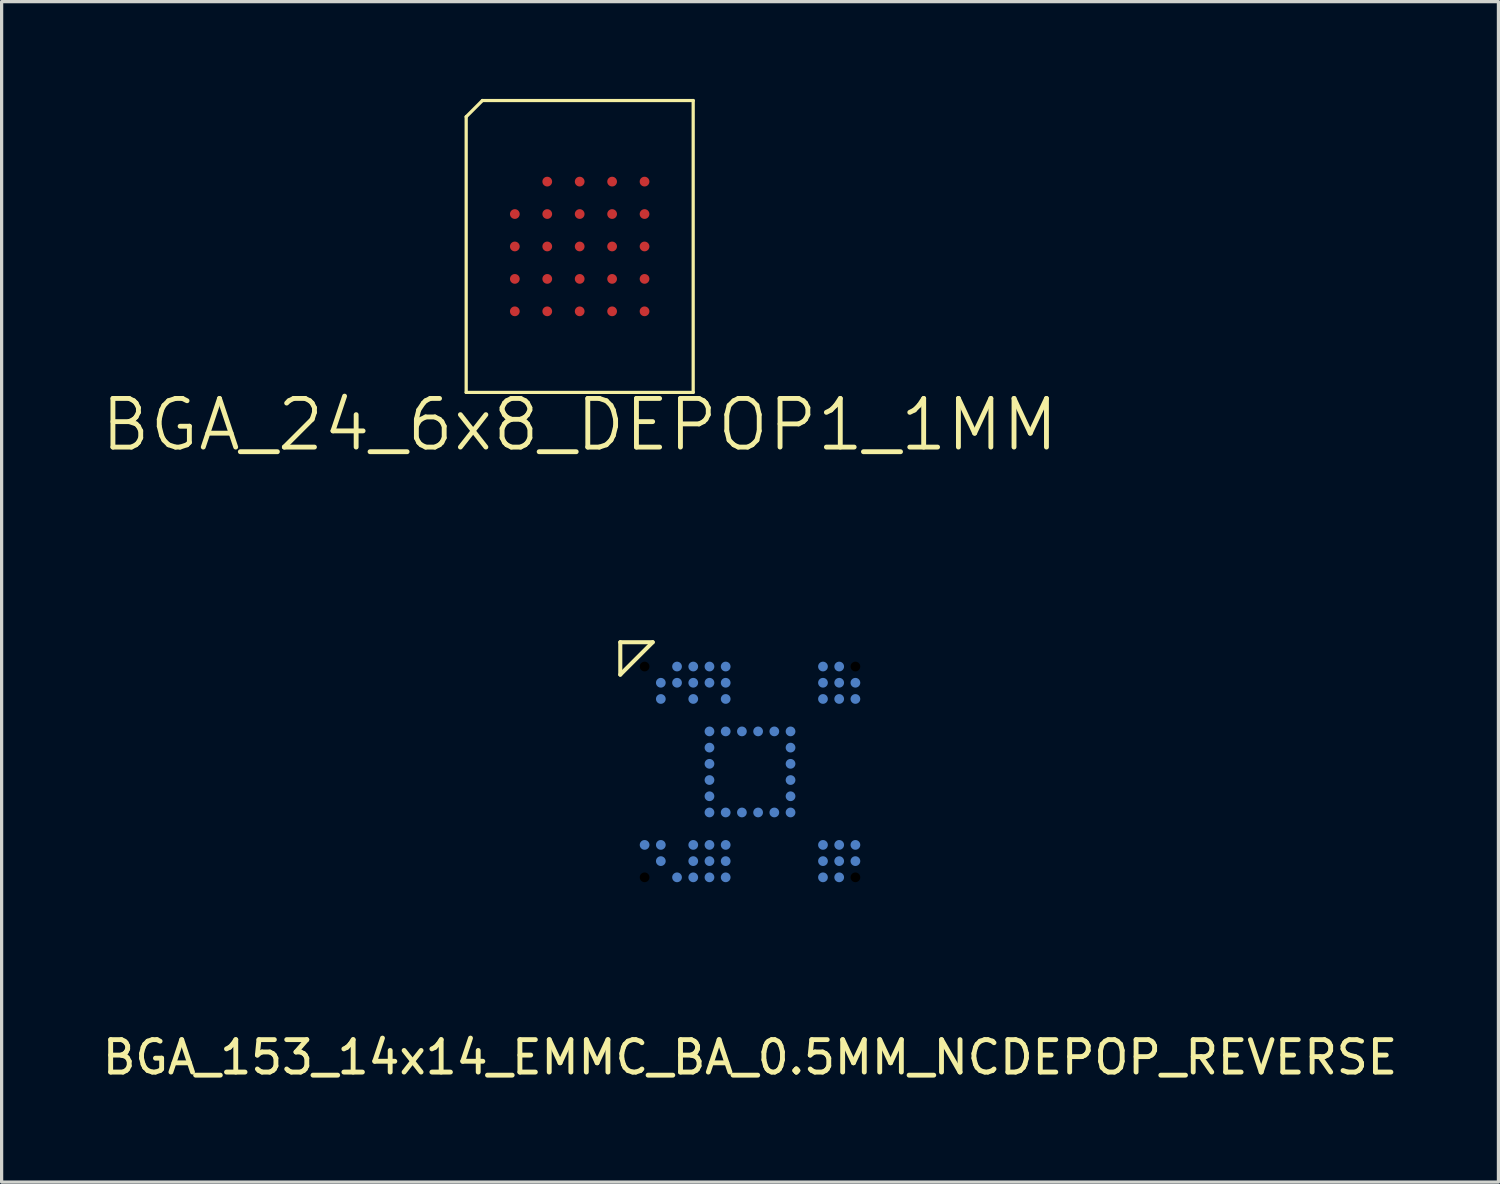
<source format=kicad_pcb>
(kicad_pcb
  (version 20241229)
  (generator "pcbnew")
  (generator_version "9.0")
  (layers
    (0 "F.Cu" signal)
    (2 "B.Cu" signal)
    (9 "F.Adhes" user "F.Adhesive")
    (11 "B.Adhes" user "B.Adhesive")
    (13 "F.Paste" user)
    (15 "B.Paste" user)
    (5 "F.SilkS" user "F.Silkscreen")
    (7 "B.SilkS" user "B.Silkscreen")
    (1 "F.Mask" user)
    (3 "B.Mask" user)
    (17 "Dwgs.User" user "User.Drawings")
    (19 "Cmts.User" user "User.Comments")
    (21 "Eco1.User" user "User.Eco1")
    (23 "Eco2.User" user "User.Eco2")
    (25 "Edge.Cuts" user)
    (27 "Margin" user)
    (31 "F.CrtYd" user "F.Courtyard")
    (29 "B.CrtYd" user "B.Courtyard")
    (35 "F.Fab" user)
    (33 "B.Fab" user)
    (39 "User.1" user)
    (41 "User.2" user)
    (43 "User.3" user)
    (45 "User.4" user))
  (footprint "BGA_24_6x8_DEPOP1_1MM"
    (layer "F.Cu")
    (at 14.825 4.55)
    (property "Reference" "BGA_24_6x8_DEPOP1_1MM" (at 0 5.5 0) (layer "F.SilkS") (effects (font (size 1.5 1.5) (thickness 0.15))))
    (attr smd)
    (fp_line (start -3.5 -4) (end -3 -4.5) (stroke (width 0.1) (type solid)) (layer "F.SilkS"))
    (fp_line (start -3.5 4.5) (end -3.5 -4) (stroke (width 0.1) (type solid)) (layer "F.SilkS"))
    (fp_line (start -3 -4.5) (end 3.5 -4.5) (stroke (width 0.1) (type solid)) (layer "F.SilkS"))
    (fp_line (start 3.5 -4.5) (end 3.5 4.5) (stroke (width 0.1) (type solid)) (layer "F.SilkS"))
    (fp_line (start 3.5 4.5) (end -3.5 4.5) (stroke (width 0.1) (type solid)) (layer "F.SilkS"))
    (pad "A2" smd circle (at -1 -2) (size 0.3 0.3) (layers "F.Cu" "F.Mask" "F.Paste"))
    (pad "A3" smd circle (at 0 -2) (size 0.3 0.3) (layers "F.Cu" "F.Mask" "F.Paste"))
    (pad "A4" smd circle (at 1 -2) (size 0.3 0.3) (layers "F.Cu" "F.Mask" "F.Paste"))
    (pad "A5" smd circle (at 2 -2) (size 0.3 0.3) (layers "F.Cu" "F.Mask" "F.Paste"))
    (pad "B1" smd circle (at -2 -1) (size 0.3 0.3) (layers "F.Cu" "F.Mask" "F.Paste"))
    (pad "B2" smd circle (at -1 -1) (size 0.3 0.3) (layers "F.Cu" "F.Mask" "F.Paste"))
    (pad "B3" smd circle (at 0 -1) (size 0.3 0.3) (layers "F.Cu" "F.Mask" "F.Paste"))
    (pad "B4" smd circle (at 1 -1) (size 0.3 0.3) (layers "F.Cu" "F.Mask" "F.Paste"))
    (pad "B5" smd circle (at 2 -1) (size 0.3 0.3) (layers "F.Cu" "F.Mask" "F.Paste"))
    (pad "C1" smd circle (at -2 0) (size 0.3 0.3) (layers "F.Cu" "F.Mask" "F.Paste"))
    (pad "C2" smd circle (at -1 0) (size 0.3 0.3) (layers "F.Cu" "F.Mask" "F.Paste"))
    (pad "C3" smd circle (at 0 0) (size 0.3 0.3) (layers "F.Cu" "F.Mask" "F.Paste"))
    (pad "C4" smd circle (at 1 0) (size 0.3 0.3) (layers "F.Cu" "F.Mask" "F.Paste"))
    (pad "C5" smd circle (at 2 0) (size 0.3 0.3) (layers "F.Cu" "F.Mask" "F.Paste"))
    (pad "D1" smd circle (at -2 1) (size 0.3 0.3) (layers "F.Cu" "F.Mask" "F.Paste"))
    (pad "D2" smd circle (at -1 1) (size 0.3 0.3) (layers "F.Cu" "F.Mask" "F.Paste"))
    (pad "D3" smd circle (at 0 1) (size 0.3 0.3) (layers "F.Cu" "F.Mask" "F.Paste"))
    (pad "D4" smd circle (at 1 1) (size 0.3 0.3) (layers "F.Cu" "F.Mask" "F.Paste"))
    (pad "D5" smd circle (at 2 1) (size 0.3 0.3) (layers "F.Cu" "F.Mask" "F.Paste"))
    (pad "E1" smd circle (at -2 2) (size 0.3 0.3) (layers "F.Cu" "F.Mask" "F.Paste"))
    (pad "E2" smd circle (at -1 2) (size 0.3 0.3) (layers "F.Cu" "F.Mask" "F.Paste"))
    (pad "E3" smd circle (at 0 2) (size 0.3 0.3) (layers "F.Cu" "F.Mask" "F.Paste"))
    (pad "E4" smd circle (at 1 2) (size 0.3 0.3) (layers "F.Cu" "F.Mask" "F.Paste"))
    (pad "E5" smd circle (at 2 2) (size 0.3 0.3) (layers "F.Cu" "F.Mask" "F.Paste")))
  (footprint "BGA_153_14x14_EMMC_BA_0.5MM_NCDEPOP_REVERSE"
    (layer "F.Cu")
    (at 20.077 20.753)
    (property "Reference" "BGA_153_14x14_EMMC_BA_0.5MM_NCDEPOP_REVERSE" (at 0 8.8 0) (layer "F.SilkS") (effects (font (size 1 1) (thickness 0.15))))
    (attr smd)
    (fp_line (start -4 -4) (end -4 -3) (stroke (width 0.125) (type solid)) (layer "F.SilkS"))
    (fp_line (start -4 -4) (end -3 -4) (stroke (width 0.125) (type solid)) (layer "F.SilkS"))
    (fp_line (start -3 -4) (end -4 -3) (stroke (width 0.125) (type solid)) (layer "F.SilkS"))
    (fp_line (start -5.75 -6.5) (end -5.75 6.5) (stroke (width 0.125) (type solid)) (layer "User.2"))
    (fp_line (start -5.75 -6.5) (end 5.75 -6.5) (stroke (width 0.125) (type solid)) (layer "User.2"))
    (fp_line (start -5.75 6.5) (end 5.75 6.5) (stroke (width 0.125) (type solid)) (layer "User.2"))
    (fp_line (start 5.75 -6.5) (end 5.75 6.5) (stroke (width 0.125) (type solid)) (layer "User.2"))
    (pad "" np_thru_hole circle (at -3.25 -3.25) (size 0.3 0.3) (drill 0.3) (layers "*.Mask"))
    (pad "" np_thru_hole circle (at -3.25 3.25) (size 0.3 0.3) (drill 0.3) (layers "*.Mask"))
    (pad "" np_thru_hole circle (at 3.25 -3.25) (size 0.3 0.3) (drill 0.3) (layers "*.Mask"))
    (pad "" np_thru_hole circle (at 3.25 3.25) (size 0.3 0.3) (drill 0.3) (layers "*.Mask"))
    (pad "A3" smd circle (at -2.25 -3.25) (size 0.3 0.3) (layers "*.Mask" "B.Cu" "B.Paste"))
    (pad "A4" smd circle (at -1.75 -3.25) (size 0.3 0.3) (layers "*.Mask" "B.Cu" "B.Paste"))
    (pad "A5" smd circle (at -1.25 -3.25) (size 0.3 0.3) (layers "*.Mask" "B.Cu" "B.Paste"))
    (pad "A6" smd circle (at -0.75 -3.25) (size 0.3 0.3) (layers "*.Mask" "B.Cu" "B.Paste"))
    (pad "A12" smd circle (at 2.25 -3.25) (size 0.3 0.3) (layers "*.Mask" "B.Cu" "B.Paste"))
    (pad "A13" smd circle (at 2.75 -3.25) (size 0.3 0.3) (layers "*.Mask" "B.Cu" "B.Paste"))
    (pad "B2" smd circle (at -2.75 -2.75) (size 0.3 0.3) (layers "*.Mask" "B.Cu" "B.Paste"))
    (pad "B3" smd circle (at -2.25 -2.75) (size 0.3 0.3) (layers "*.Mask" "B.Cu" "B.Paste"))
    (pad "B4" smd circle (at -1.75 -2.75) (size 0.3 0.3) (layers "*.Mask" "B.Cu" "B.Paste"))
    (pad "B5" smd circle (at -1.25 -2.75) (size 0.3 0.3) (layers "*.Mask" "B.Cu" "B.Paste"))
    (pad "B6" smd circle (at -0.75 -2.75) (size 0.3 0.3) (layers "*.Mask" "B.Cu" "B.Paste"))
    (pad "B12" smd circle (at 2.25 -2.75) (size 0.3 0.3) (layers "*.Mask" "B.Cu" "B.Paste"))
    (pad "B13" smd circle (at 2.75 -2.75) (size 0.3 0.3) (layers "*.Mask" "B.Cu" "B.Paste"))
    (pad "B14" smd circle (at 3.25 -2.75) (size 0.3 0.3) (layers "*.Mask" "B.Cu" "B.Paste"))
    (pad "C2" smd circle (at -2.75 -2.25) (size 0.3 0.3) (layers "*.Mask" "B.Cu" "B.Paste"))
    (pad "C4" smd circle (at -1.75 -2.25) (size 0.3 0.3) (layers "*.Mask" "B.Cu" "B.Paste"))
    (pad "C6" smd circle (at -0.75 -2.25) (size 0.3 0.3) (layers "*.Mask" "B.Cu" "B.Paste"))
    (pad "C12" smd circle (at 2.25 -2.25) (size 0.3 0.3) (layers "*.Mask" "B.Cu" "B.Paste"))
    (pad "C13" smd circle (at 2.75 -2.25) (size 0.3 0.3) (layers "*.Mask" "B.Cu" "B.Paste"))
    (pad "C14" smd circle (at 3.25 -2.25) (size 0.3 0.3) (layers "*.Mask" "B.Cu" "B.Paste"))
    (pad "E5" smd circle (at -1.25 -1.25) (size 0.3 0.3) (layers "*.Mask" "B.Cu" "B.Paste"))
    (pad "E6" smd circle (at -0.75 -1.25) (size 0.3 0.3) (layers "*.Mask" "B.Cu" "B.Paste"))
    (pad "E7" smd circle (at -0.25 -1.25) (size 0.3 0.3) (layers "*.Mask" "B.Cu" "B.Paste"))
    (pad "E8" smd circle (at 0.25 -1.25) (size 0.3 0.3) (layers "*.Mask" "B.Cu" "B.Paste"))
    (pad "E9" smd circle (at 0.75 -1.25) (size 0.3 0.3) (layers "*.Mask" "B.Cu" "B.Paste"))
    (pad "E10" smd circle (at 1.25 -1.25) (size 0.3 0.3) (layers "*.Mask" "B.Cu" "B.Paste"))
    (pad "F5" smd circle (at -1.25 -0.75) (size 0.3 0.3) (layers "*.Mask" "B.Cu" "B.Paste"))
    (pad "F10" smd circle (at 1.25 -0.75) (size 0.3 0.3) (layers "*.Mask" "B.Cu" "B.Paste"))
    (pad "G5" smd circle (at -1.25 -0.25) (size 0.3 0.3) (layers "*.Mask" "B.Cu" "B.Paste"))
    (pad "G10" smd circle (at 1.25 -0.25) (size 0.3 0.3) (layers "*.Mask" "B.Cu" "B.Paste"))
    (pad "H5" smd circle (at -1.25 0.25) (size 0.3 0.3) (layers "*.Mask" "B.Cu" "B.Paste"))
    (pad "H10" smd circle (at 1.25 0.25) (size 0.3 0.3) (layers "*.Mask" "B.Cu" "B.Paste"))
    (pad "J5" smd circle (at -1.25 0.75) (size 0.3 0.3) (layers "*.Mask" "B.Cu" "B.Paste"))
    (pad "J10" smd circle (at 1.25 0.75) (size 0.3 0.3) (layers "*.Mask" "B.Cu" "B.Paste"))
    (pad "K5" smd circle (at -1.25 1.25) (size 0.3 0.3) (layers "*.Mask" "B.Cu" "B.Paste"))
    (pad "K6" smd circle (at -0.75 1.25) (size 0.3 0.3) (layers "*.Mask" "B.Cu" "B.Paste"))
    (pad "K7" smd circle (at -0.25 1.25) (size 0.3 0.3) (layers "*.Mask" "B.Cu" "B.Paste"))
    (pad "K8" smd circle (at 0.25 1.25) (size 0.3 0.3) (layers "*.Mask" "B.Cu" "B.Paste"))
    (pad "K9" smd circle (at 0.75 1.25) (size 0.3 0.3) (layers "*.Mask" "B.Cu" "B.Paste"))
    (pad "K10" smd circle (at 1.25 1.25) (size 0.3 0.3) (layers "*.Mask" "B.Cu" "B.Paste"))
    (pad "M1" smd circle (at -3.25 2.25) (size 0.3 0.3) (layers "*.Mask" "B.Cu" "B.Paste"))
    (pad "M2" smd circle (at -2.75 2.25) (size 0.3 0.3) (layers "*.Mask" "B.Cu" "B.Paste"))
    (pad "M4" smd circle (at -1.75 2.25) (size 0.3 0.3) (layers "*.Mask" "B.Cu" "B.Paste"))
    (pad "M5" smd circle (at -1.25 2.25) (size 0.3 0.3) (layers "*.Mask" "B.Cu" "B.Paste"))
    (pad "M6" smd circle (at -0.75 2.25) (size 0.3 0.3) (layers "*.Mask" "B.Cu" "B.Paste"))
    (pad "M12" smd circle (at 2.25 2.25) (size 0.3 0.3) (layers "*.Mask" "B.Cu" "B.Paste"))
    (pad "M13" smd circle (at 2.75 2.25) (size 0.3 0.3) (layers "*.Mask" "B.Cu" "B.Paste"))
    (pad "M14" smd circle (at 3.25 2.25) (size 0.3 0.3) (layers "*.Mask" "B.Cu" "B.Paste"))
    (pad "N2" smd circle (at -2.75 2.75) (size 0.3 0.3) (layers "*.Mask" "B.Cu" "B.Paste"))
    (pad "N4" smd circle (at -1.75 2.75) (size 0.3 0.3) (layers "*.Mask" "B.Cu" "B.Paste"))
    (pad "N5" smd circle (at -1.25 2.75) (size 0.3 0.3) (layers "*.Mask" "B.Cu" "B.Paste"))
    (pad "N6" smd circle (at -0.75 2.75) (size 0.3 0.3) (layers "*.Mask" "B.Cu" "B.Paste"))
    (pad "N12" smd circle (at 2.25 2.75) (size 0.3 0.3) (layers "*.Mask" "B.Cu" "B.Paste"))
    (pad "N13" smd circle (at 2.75 2.75) (size 0.3 0.3) (layers "*.Mask" "B.Cu" "B.Paste"))
    (pad "N14" smd circle (at 3.25 2.75) (size 0.3 0.3) (layers "*.Mask" "B.Cu" "B.Paste"))
    (pad "P3" smd circle (at -2.25 3.25) (size 0.3 0.3) (layers "*.Mask" "B.Cu" "B.Paste"))
    (pad "P4" smd circle (at -1.75 3.25) (size 0.3 0.3) (layers "*.Mask" "B.Cu" "B.Paste"))
    (pad "P5" smd circle (at -1.25 3.25) (size 0.3 0.3) (layers "*.Mask" "B.Cu" "B.Paste"))
    (pad "P6" smd circle (at -0.75 3.25) (size 0.3 0.3) (layers "*.Mask" "B.Cu" "B.Paste"))
    (pad "P12" smd circle (at 2.25 3.25) (size 0.3 0.3) (layers "*.Mask" "B.Cu" "B.Paste"))
    (pad "P13" smd circle (at 2.75 3.25) (size 0.3 0.3) (layers "*.Mask" "B.Cu" "B.Paste")))
  (gr_rect
    (start -3 -3)
    (end 43.155 33.401)
    (stroke (width 0.1) (type default))
    (fill no)
    (layer "Edge.Cuts")))
</source>
